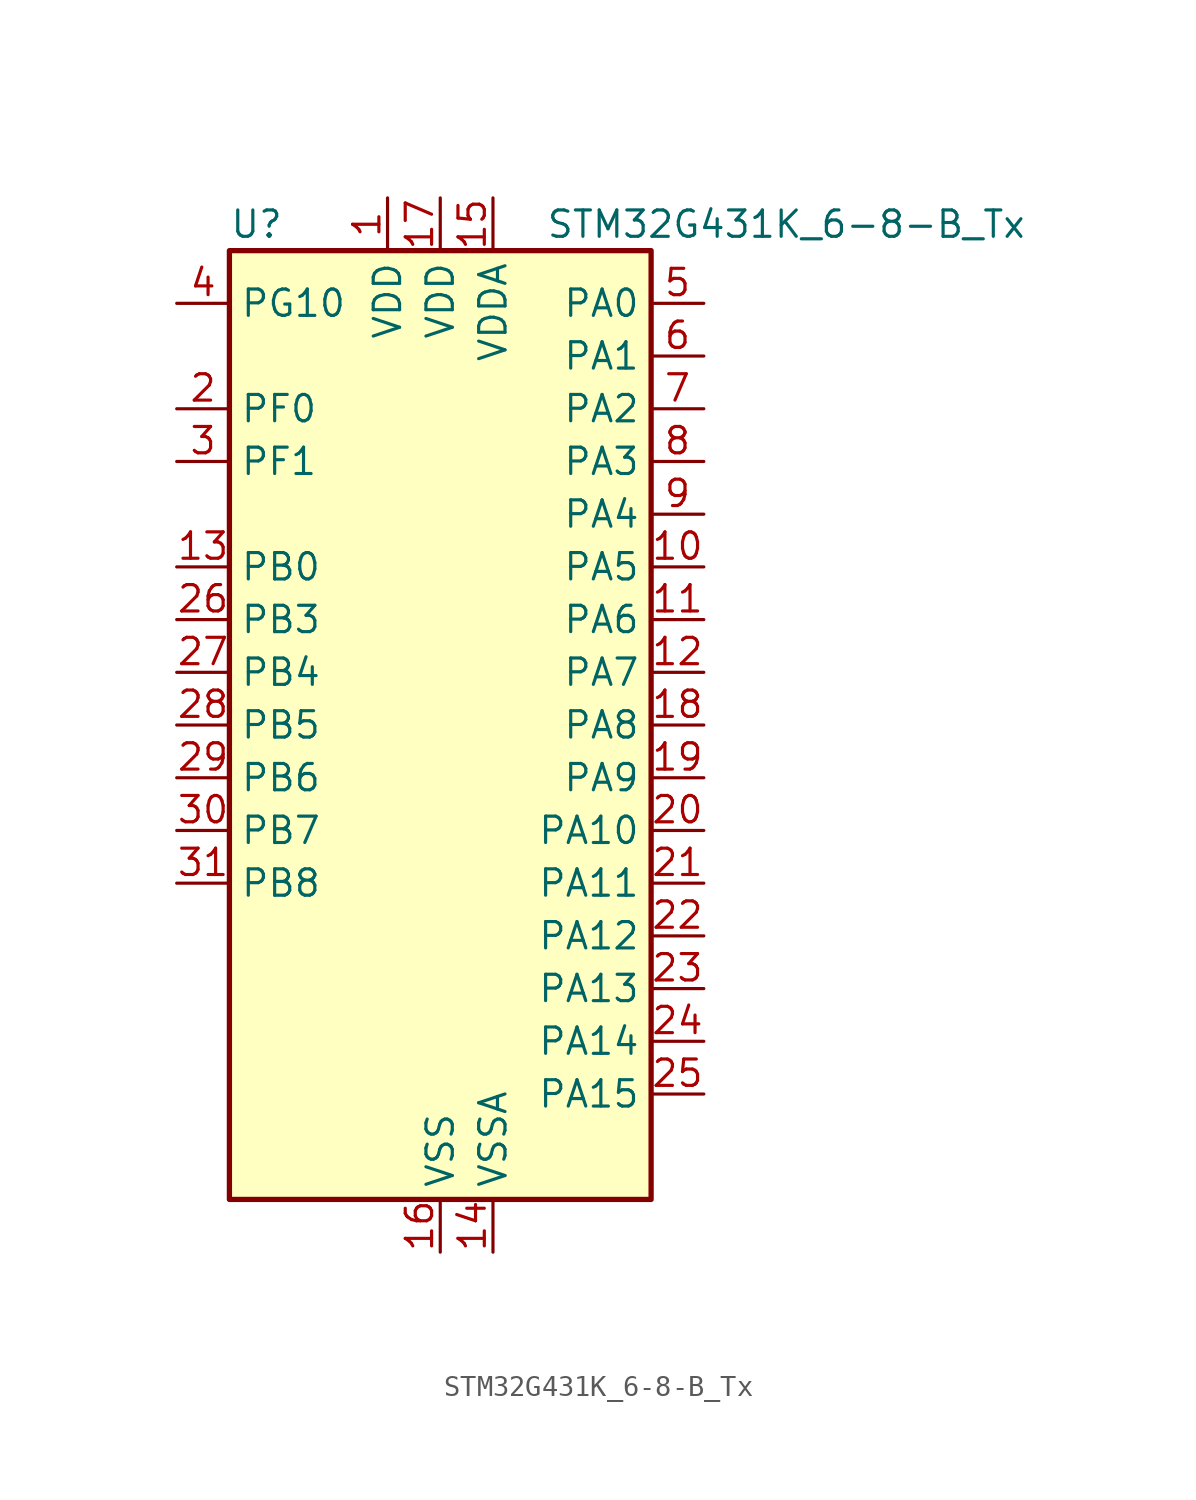
<source format=kicad_sym>
(kicad_symbol_lib
  (version 20231120)
  (generator "kicad_symbol_editor")
  (generator_version "8.0")
  (symbol "STM32G431K_6-8-B_Tx"
    (property "Reference" "U"
      (at -10.16 24.13 0)
      (effects (font (size 1.27 1.27)) (justify left)))
    (property "Value" "STM32G431K_6-8-B_Tx"
      (at 5.08 24.13 0)
      (effects (font (size 1.27 1.27)) (justify left)))
    (property "ki_locked" ""
      (at 0 0 0)
      (effects (font (size 1.27 1.27))))
    (symbol "STM32G431K_6-8-B_Tx_0_1"
      (rectangle (start -10.16 -22.86) (end 10.16 22.86) (stroke (width 0.254) (type default)) (fill (type background))))
    (symbol "STM32G431K_6-8-B_Tx_1_1"
      (pin power_in line (at -2.54 25.4 270) (length 2.54) (name "VDD" (effects (font (size 1.27 1.27)))) (number "1" (effects (font (size 1.27 1.27)))))
      (pin bidirectional line (at 12.7 7.62 180) (length 2.54) (name "PA5" (effects (font (size 1.27 1.27)))) (number "10" (effects (font (size 1.27 1.27)))) (alternate "ADC2_IN13" bidirectional line) (alternate "COMP2_INM" bidirectional line) (alternate "DAC1_OUT2" bidirectional line) (alternate "OPAMP2_VINM" bidirectional line) (alternate "OPAMP2_VINM0" bidirectional line) (alternate "OPAMP2_VINM_SEC" bidirectional line) (alternate "SPI1_SCK" bidirectional line) (alternate "TIM2_CH1" bidirectional line) (alternate "TIM2_ETR" bidirectional line) (alternate "UCPD1_FRSTX1" bidirectional line) (alternate "UCPD1_FRSTX2" bidirectional line))
      (pin bidirectional line (at 12.7 5.08 180) (length 2.54) (name "PA6" (effects (font (size 1.27 1.27)))) (number "11" (effects (font (size 1.27 1.27)))) (alternate "ADC2_IN3" bidirectional line) (alternate "COMP1_OUT" bidirectional line) (alternate "LPUART1_CTS" bidirectional line) (alternate "OPAMP2_VOUT" bidirectional line) (alternate "SPI1_MISO" bidirectional line) (alternate "TIM16_CH1" bidirectional line) (alternate "TIM1_BKIN" bidirectional line) (alternate "TIM3_CH1" bidirectional line) (alternate "TIM8_BKIN" bidirectional line))
      (pin bidirectional line (at 12.7 2.54 180) (length 2.54) (name "PA7" (effects (font (size 1.27 1.27)))) (number "12" (effects (font (size 1.27 1.27)))) (alternate "ADC2_IN4" bidirectional line) (alternate "COMP2_INP" bidirectional line) (alternate "COMP2_OUT" bidirectional line) (alternate "OPAMP1_VINP" bidirectional line) (alternate "OPAMP1_VINP_SEC" bidirectional line) (alternate "OPAMP2_VINP" bidirectional line) (alternate "OPAMP2_VINP_SEC" bidirectional line) (alternate "SPI1_MOSI" bidirectional line) (alternate "TIM17_CH1" bidirectional line) (alternate "TIM1_CH1N" bidirectional line) (alternate "TIM3_CH2" bidirectional line) (alternate "TIM8_CH1N" bidirectional line) (alternate "UCPD1_FRSTX1" bidirectional line) (alternate "UCPD1_FRSTX2" bidirectional line))
      (pin bidirectional line (at -12.7 7.62 0) (length 2.54) (name "PB0" (effects (font (size 1.27 1.27)))) (number "13" (effects (font (size 1.27 1.27)))) (alternate "ADC1_IN15" bidirectional line) (alternate "COMP4_INP" bidirectional line) (alternate "OPAMP2_VINP" bidirectional line) (alternate "OPAMP2_VINP_SEC" bidirectional line) (alternate "OPAMP3_VINP" bidirectional line) (alternate "OPAMP3_VINP_SEC" bidirectional line) (alternate "TIM1_CH2N" bidirectional line) (alternate "TIM3_CH3" bidirectional line) (alternate "TIM8_CH2N" bidirectional line) (alternate "UCPD1_FRSTX1" bidirectional line) (alternate "UCPD1_FRSTX2" bidirectional line))
      (pin power_in line (at 2.54 -25.4 90) (length 2.54) (name "VSSA" (effects (font (size 1.27 1.27)))) (number "14" (effects (font (size 1.27 1.27)))))
      (pin power_in line (at 2.54 25.4 270) (length 2.54) (name "VDDA" (effects (font (size 1.27 1.27)))) (number "15" (effects (font (size 1.27 1.27)))))
      (pin power_in line (at 0 -25.4 90) (length 2.54) (name "VSS" (effects (font (size 1.27 1.27)))) (number "16" (effects (font (size 1.27 1.27)))))
      (pin power_in line (at 0 25.4 270) (length 2.54) (name "VDD" (effects (font (size 1.27 1.27)))) (number "17" (effects (font (size 1.27 1.27)))))
      (pin bidirectional line (at 12.7 0 180) (length 2.54) (name "PA8" (effects (font (size 1.27 1.27)))) (number "18" (effects (font (size 1.27 1.27)))) (alternate "I2C2_SDA" bidirectional line) (alternate "I2C3_SCL" bidirectional line) (alternate "I2S2_MCK" bidirectional line) (alternate "RCC_MCO" bidirectional line) (alternate "SAI1_CK2" bidirectional line) (alternate "SAI1_SCK_A" bidirectional line) (alternate "TIM1_CH1" bidirectional line) (alternate "TIM4_ETR" bidirectional line) (alternate "USART1_CK" bidirectional line))
      (pin bidirectional line (at 12.7 -2.54 180) (length 2.54) (name "PA9" (effects (font (size 1.27 1.27)))) (number "19" (effects (font (size 1.27 1.27)))) (alternate "DAC1_EXTI9" bidirectional line) (alternate "DAC3_EXTI9" bidirectional line) (alternate "I2C2_SCL" bidirectional line) (alternate "I2C3_SMBA" bidirectional line) (alternate "I2S3_MCK" bidirectional line) (alternate "SAI1_FS_A" bidirectional line) (alternate "TIM15_BKIN" bidirectional line) (alternate "TIM1_CH2" bidirectional line) (alternate "TIM2_CH3" bidirectional line) (alternate "UCPD1_DBCC1" bidirectional line) (alternate "USART1_TX" bidirectional line))
      (pin bidirectional line (at -12.7 15.24 0) (length 2.54) (name "PF0" (effects (font (size 1.27 1.27)))) (number "2" (effects (font (size 1.27 1.27)))) (alternate "ADC1_IN10" bidirectional line) (alternate "I2C2_SDA" bidirectional line) (alternate "I2S2_WS" bidirectional line) (alternate "RCC_OSC_IN" bidirectional line) (alternate "SPI2_NSS" bidirectional line) (alternate "TIM1_CH3N" bidirectional line))
      (pin bidirectional line (at 12.7 -5.08 180) (length 2.54) (name "PA10" (effects (font (size 1.27 1.27)))) (number "20" (effects (font (size 1.27 1.27)))) (alternate "CRS_SYNC" bidirectional line) (alternate "DAC1_EXTI10" bidirectional line) (alternate "DAC3_EXTI10" bidirectional line) (alternate "I2C2_SMBA" bidirectional line) (alternate "SAI1_D1" bidirectional line) (alternate "SAI1_SD_A" bidirectional line) (alternate "SPI2_MISO" bidirectional line) (alternate "TIM17_BKIN" bidirectional line) (alternate "TIM1_CH3" bidirectional line) (alternate "TIM2_CH4" bidirectional line) (alternate "TIM8_BKIN" bidirectional line) (alternate "UCPD1_DBCC2" bidirectional line) (alternate "USART1_RX" bidirectional line))
      (pin bidirectional line (at 12.7 -7.62 180) (length 2.54) (name "PA11" (effects (font (size 1.27 1.27)))) (number "21" (effects (font (size 1.27 1.27)))) (alternate "ADC1_EXTI11" bidirectional line) (alternate "ADC2_EXTI11" bidirectional line) (alternate "COMP1_OUT" bidirectional line) (alternate "FDCAN1_RX" bidirectional line) (alternate "I2S2_SD" bidirectional line) (alternate "SPI2_MOSI" bidirectional line) (alternate "TIM1_BKIN2" bidirectional line) (alternate "TIM1_CH1N" bidirectional line) (alternate "TIM1_CH4" bidirectional line) (alternate "TIM4_CH1" bidirectional line) (alternate "USART1_CTS" bidirectional line) (alternate "USART1_NSS" bidirectional line) (alternate "USB_DM" bidirectional line))
      (pin bidirectional line (at 12.7 -10.16 180) (length 2.54) (name "PA12" (effects (font (size 1.27 1.27)))) (number "22" (effects (font (size 1.27 1.27)))) (alternate "COMP2_OUT" bidirectional line) (alternate "FDCAN1_TX" bidirectional line) (alternate "I2S_CKIN" bidirectional line) (alternate "TIM16_CH1" bidirectional line) (alternate "TIM1_CH2N" bidirectional line) (alternate "TIM1_ETR" bidirectional line) (alternate "TIM4_CH2" bidirectional line) (alternate "USART1_DE" bidirectional line) (alternate "USART1_RTS" bidirectional line) (alternate "USB_DP" bidirectional line))
      (pin bidirectional line (at 12.7 -12.7 180) (length 2.54) (name "PA13" (effects (font (size 1.27 1.27)))) (number "23" (effects (font (size 1.27 1.27)))) (alternate "I2C1_SCL" bidirectional line) (alternate "IR_OUT" bidirectional line) (alternate "SAI1_SD_B" bidirectional line) (alternate "SYS_JTMS-SWDIO" bidirectional line) (alternate "TIM16_CH1N" bidirectional line) (alternate "TIM4_CH3" bidirectional line))
      (pin bidirectional line (at 12.7 -15.24 180) (length 2.54) (name "PA14" (effects (font (size 1.27 1.27)))) (number "24" (effects (font (size 1.27 1.27)))) (alternate "I2C1_SDA" bidirectional line) (alternate "LPTIM1_OUT" bidirectional line) (alternate "SAI1_FS_B" bidirectional line) (alternate "SYS_JTCK-SWCLK" bidirectional line) (alternate "TIM1_BKIN" bidirectional line) (alternate "TIM8_CH2" bidirectional line) (alternate "USART2_TX" bidirectional line))
      (pin bidirectional line (at 12.7 -17.78 180) (length 2.54) (name "PA15" (effects (font (size 1.27 1.27)))) (number "25" (effects (font (size 1.27 1.27)))) (alternate "ADC1_EXTI15" bidirectional line) (alternate "ADC2_EXTI15" bidirectional line) (alternate "I2C1_SCL" bidirectional line) (alternate "I2S3_WS" bidirectional line) (alternate "SPI1_NSS" bidirectional line) (alternate "SPI3_NSS" bidirectional line) (alternate "SYS_JTDI" bidirectional line) (alternate "TIM1_BKIN" bidirectional line) (alternate "TIM2_CH1" bidirectional line) (alternate "TIM2_ETR" bidirectional line) (alternate "TIM8_CH1" bidirectional line) (alternate "USART2_RX" bidirectional line))
      (pin bidirectional line (at -12.7 5.08 0) (length 2.54) (name "PB3" (effects (font (size 1.27 1.27)))) (number "26" (effects (font (size 1.27 1.27)))) (alternate "CRS_SYNC" bidirectional line) (alternate "I2S3_CK" bidirectional line) (alternate "SAI1_SCK_B" bidirectional line) (alternate "SPI1_SCK" bidirectional line) (alternate "SPI3_SCK" bidirectional line) (alternate "SYS_JTDO-SWO" bidirectional line) (alternate "TIM2_CH2" bidirectional line) (alternate "TIM3_ETR" bidirectional line) (alternate "TIM4_ETR" bidirectional line) (alternate "TIM8_CH1N" bidirectional line) (alternate "USART2_TX" bidirectional line))
      (pin bidirectional line (at -12.7 2.54 0) (length 2.54) (name "PB4" (effects (font (size 1.27 1.27)))) (number "27" (effects (font (size 1.27 1.27)))) (alternate "SAI1_MCLK_B" bidirectional line) (alternate "SPI1_MISO" bidirectional line) (alternate "SPI3_MISO" bidirectional line) (alternate "SYS_JTRST" bidirectional line) (alternate "TIM16_CH1" bidirectional line) (alternate "TIM17_BKIN" bidirectional line) (alternate "TIM3_CH1" bidirectional line) (alternate "TIM8_CH2N" bidirectional line) (alternate "UCPD1_CC2" bidirectional line) (alternate "USART2_RX" bidirectional line))
      (pin bidirectional line (at -12.7 0 0) (length 2.54) (name "PB5" (effects (font (size 1.27 1.27)))) (number "28" (effects (font (size 1.27 1.27)))) (alternate "I2C1_SMBA" bidirectional line) (alternate "I2C3_SDA" bidirectional line) (alternate "I2S3_SD" bidirectional line) (alternate "LPTIM1_IN1" bidirectional line) (alternate "SAI1_SD_B" bidirectional line) (alternate "SPI1_MOSI" bidirectional line) (alternate "SPI3_MOSI" bidirectional line) (alternate "TIM16_BKIN" bidirectional line) (alternate "TIM17_CH1" bidirectional line) (alternate "TIM3_CH2" bidirectional line) (alternate "TIM8_CH3N" bidirectional line) (alternate "USART2_CK" bidirectional line))
      (pin bidirectional line (at -12.7 -2.54 0) (length 2.54) (name "PB6" (effects (font (size 1.27 1.27)))) (number "29" (effects (font (size 1.27 1.27)))) (alternate "COMP4_OUT" bidirectional line) (alternate "LPTIM1_ETR" bidirectional line) (alternate "SAI1_FS_B" bidirectional line) (alternate "TIM16_CH1N" bidirectional line) (alternate "TIM4_CH1" bidirectional line) (alternate "TIM8_BKIN2" bidirectional line) (alternate "TIM8_CH1" bidirectional line) (alternate "TIM8_ETR" bidirectional line) (alternate "UCPD1_CC1" bidirectional line) (alternate "USART1_TX" bidirectional line))
      (pin bidirectional line (at -12.7 12.7 0) (length 2.54) (name "PF1" (effects (font (size 1.27 1.27)))) (number "3" (effects (font (size 1.27 1.27)))) (alternate "ADC2_IN10" bidirectional line) (alternate "COMP3_INM" bidirectional line) (alternate "I2S2_CK" bidirectional line) (alternate "RCC_OSC_OUT" bidirectional line) (alternate "SPI2_SCK" bidirectional line))
      (pin bidirectional line (at -12.7 -5.08 0) (length 2.54) (name "PB7" (effects (font (size 1.27 1.27)))) (number "30" (effects (font (size 1.27 1.27)))) (alternate "COMP3_OUT" bidirectional line) (alternate "I2C1_SDA" bidirectional line) (alternate "LPTIM1_IN2" bidirectional line) (alternate "SYS_PVD_IN" bidirectional line) (alternate "TIM17_CH1N" bidirectional line) (alternate "TIM3_CH4" bidirectional line) (alternate "TIM4_CH2" bidirectional line) (alternate "TIM8_BKIN" bidirectional line) (alternate "USART1_RX" bidirectional line))
      (pin bidirectional line (at -12.7 -7.62 0) (length 2.54) (name "PB8" (effects (font (size 1.27 1.27)))) (number "31" (effects (font (size 1.27 1.27)))) (alternate "COMP1_OUT" bidirectional line) (alternate "FDCAN1_RX" bidirectional line) (alternate "I2C1_SCL" bidirectional line) (alternate "SAI1_CK1" bidirectional line) (alternate "SAI1_MCLK_A" bidirectional line) (alternate "TIM16_CH1" bidirectional line) (alternate "TIM1_BKIN" bidirectional line) (alternate "TIM4_CH3" bidirectional line) (alternate "TIM8_CH2" bidirectional line))
      (pin passive line (at 0 -25.4 90) (length 2.54) hide (name "VSS" (effects (font (size 1.27 1.27)))) (number "32" (effects (font (size 1.27 1.27)))))
      (pin bidirectional line (at -12.7 20.32 0) (length 2.54) (name "PG10" (effects (font (size 1.27 1.27)))) (number "4" (effects (font (size 1.27 1.27)))) (alternate "DAC1_EXTI10" bidirectional line) (alternate "DAC3_EXTI10" bidirectional line) (alternate "RCC_MCO" bidirectional line))
      (pin bidirectional line (at 12.7 20.32 180) (length 2.54) (name "PA0" (effects (font (size 1.27 1.27)))) (number "5" (effects (font (size 1.27 1.27)))) (alternate "ADC1_IN1" bidirectional line) (alternate "ADC2_IN1" bidirectional line) (alternate "COMP1_INM" bidirectional line) (alternate "COMP1_OUT" bidirectional line) (alternate "COMP3_INP" bidirectional line) (alternate "RTC_TAMP2" bidirectional line) (alternate "SYS_WKUP1" bidirectional line) (alternate "TIM2_CH1" bidirectional line) (alternate "TIM2_ETR" bidirectional line) (alternate "TIM8_BKIN" bidirectional line) (alternate "TIM8_ETR" bidirectional line) (alternate "USART2_CTS" bidirectional line) (alternate "USART2_NSS" bidirectional line))
      (pin bidirectional line (at 12.7 17.78 180) (length 2.54) (name "PA1" (effects (font (size 1.27 1.27)))) (number "6" (effects (font (size 1.27 1.27)))) (alternate "ADC1_IN2" bidirectional line) (alternate "ADC2_IN2" bidirectional line) (alternate "COMP1_INP" bidirectional line) (alternate "OPAMP1_VINP" bidirectional line) (alternate "OPAMP1_VINP_SEC" bidirectional line) (alternate "OPAMP3_VINP" bidirectional line) (alternate "OPAMP3_VINP_SEC" bidirectional line) (alternate "RTC_REFIN" bidirectional line) (alternate "TIM15_CH1N" bidirectional line) (alternate "TIM2_CH2" bidirectional line) (alternate "USART2_DE" bidirectional line) (alternate "USART2_RTS" bidirectional line))
      (pin bidirectional line (at 12.7 15.24 180) (length 2.54) (name "PA2" (effects (font (size 1.27 1.27)))) (number "7" (effects (font (size 1.27 1.27)))) (alternate "ADC1_IN3" bidirectional line) (alternate "COMP2_INM" bidirectional line) (alternate "COMP2_OUT" bidirectional line) (alternate "LPUART1_TX" bidirectional line) (alternate "OPAMP1_VOUT" bidirectional line) (alternate "RCC_LSCO" bidirectional line) (alternate "SYS_WKUP4" bidirectional line) (alternate "TIM15_CH1" bidirectional line) (alternate "TIM2_CH3" bidirectional line) (alternate "UCPD1_FRSTX1" bidirectional line) (alternate "UCPD1_FRSTX2" bidirectional line) (alternate "USART2_TX" bidirectional line))
      (pin bidirectional line (at 12.7 12.7 180) (length 2.54) (name "PA3" (effects (font (size 1.27 1.27)))) (number "8" (effects (font (size 1.27 1.27)))) (alternate "ADC1_IN4" bidirectional line) (alternate "COMP2_INP" bidirectional line) (alternate "LPUART1_RX" bidirectional line) (alternate "OPAMP1_VINM" bidirectional line) (alternate "OPAMP1_VINM0" bidirectional line) (alternate "OPAMP1_VINM_SEC" bidirectional line) (alternate "OPAMP1_VINP" bidirectional line) (alternate "OPAMP1_VINP_SEC" bidirectional line) (alternate "SAI1_CK1" bidirectional line) (alternate "SAI1_MCLK_A" bidirectional line) (alternate "TIM15_CH2" bidirectional line) (alternate "TIM2_CH4" bidirectional line) (alternate "USART2_RX" bidirectional line))
      (pin bidirectional line (at 12.7 10.16 180) (length 2.54) (name "PA4" (effects (font (size 1.27 1.27)))) (number "9" (effects (font (size 1.27 1.27)))) (alternate "ADC2_IN17" bidirectional line) (alternate "COMP1_INM" bidirectional line) (alternate "DAC1_OUT1" bidirectional line) (alternate "I2S3_WS" bidirectional line) (alternate "SAI1_FS_B" bidirectional line) (alternate "SPI1_NSS" bidirectional line) (alternate "SPI3_NSS" bidirectional line) (alternate "TIM3_CH2" bidirectional line) (alternate "USART2_CK" bidirectional line)))))
</source>
